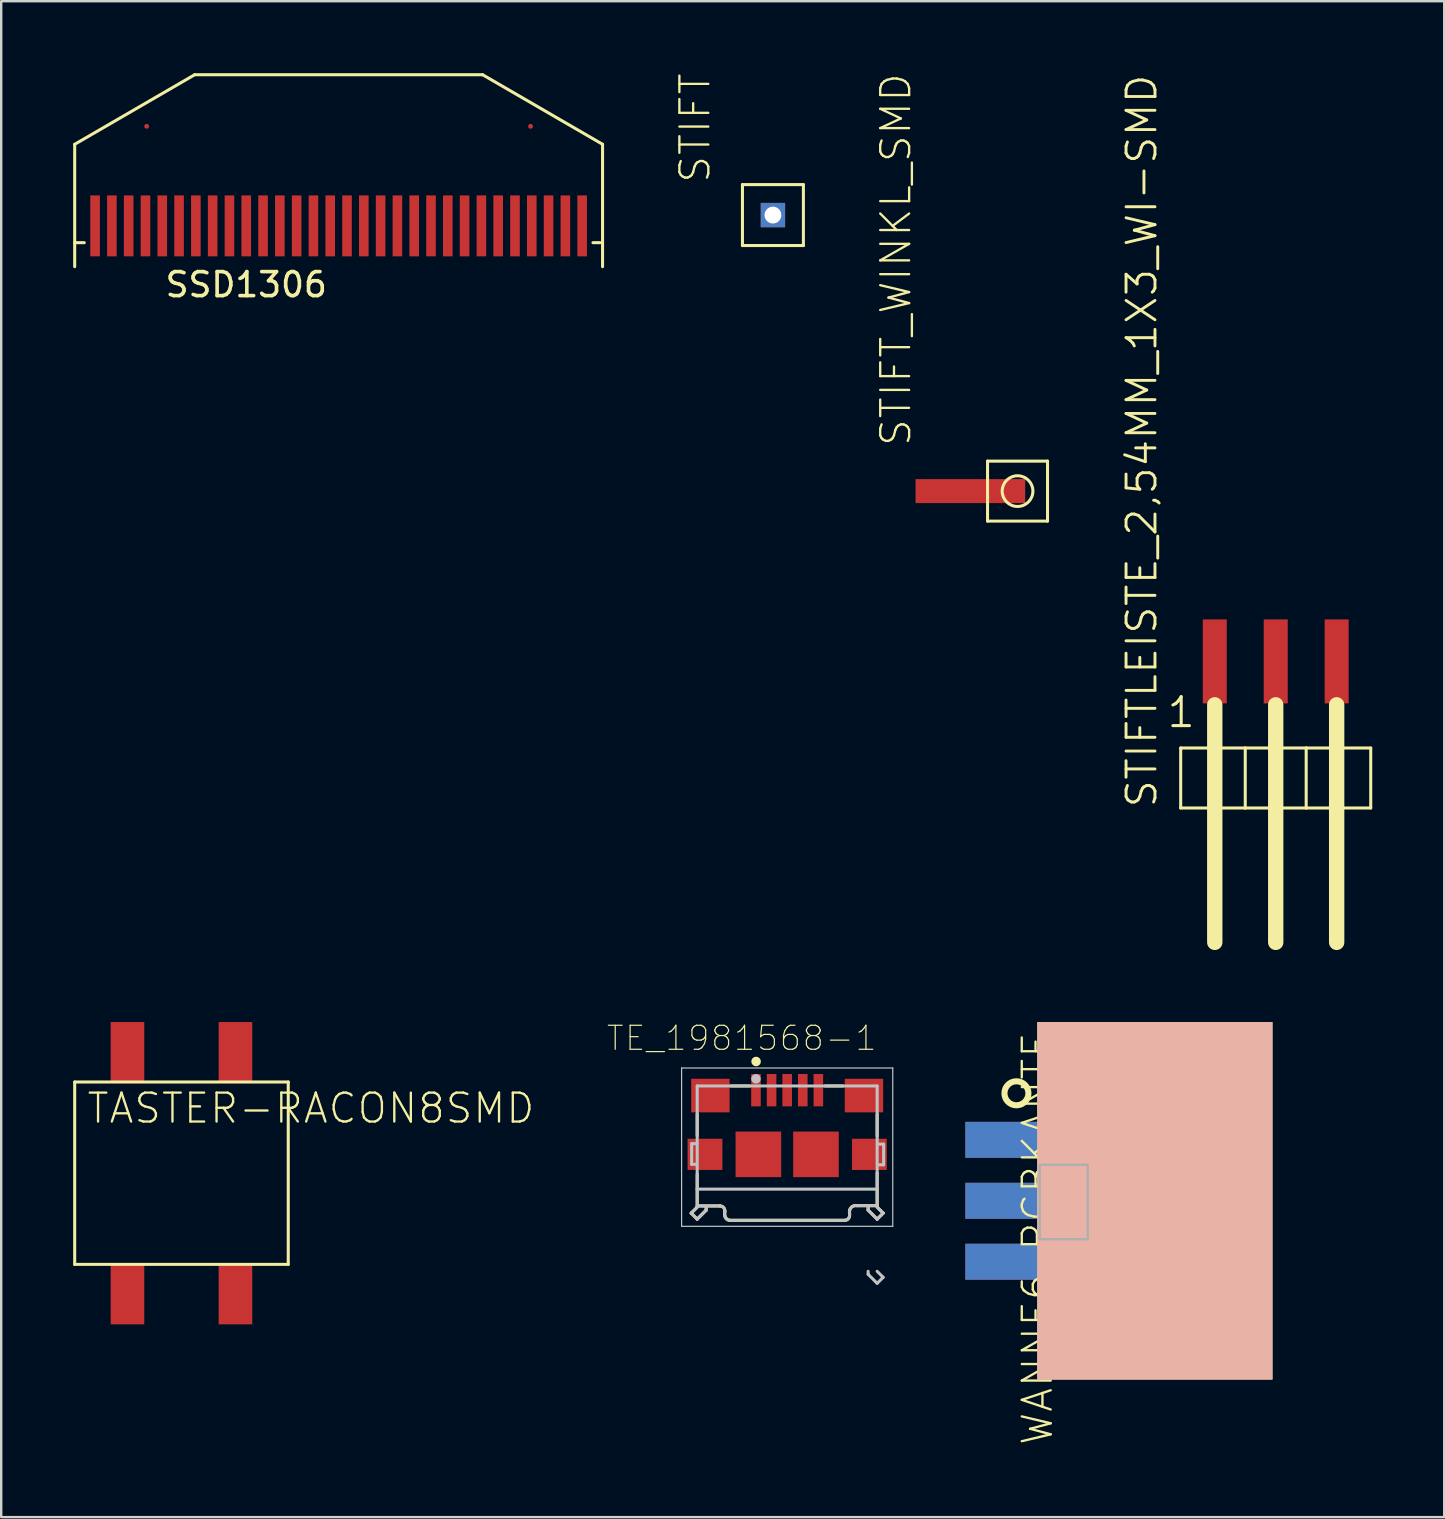
<source format=kicad_pcb>
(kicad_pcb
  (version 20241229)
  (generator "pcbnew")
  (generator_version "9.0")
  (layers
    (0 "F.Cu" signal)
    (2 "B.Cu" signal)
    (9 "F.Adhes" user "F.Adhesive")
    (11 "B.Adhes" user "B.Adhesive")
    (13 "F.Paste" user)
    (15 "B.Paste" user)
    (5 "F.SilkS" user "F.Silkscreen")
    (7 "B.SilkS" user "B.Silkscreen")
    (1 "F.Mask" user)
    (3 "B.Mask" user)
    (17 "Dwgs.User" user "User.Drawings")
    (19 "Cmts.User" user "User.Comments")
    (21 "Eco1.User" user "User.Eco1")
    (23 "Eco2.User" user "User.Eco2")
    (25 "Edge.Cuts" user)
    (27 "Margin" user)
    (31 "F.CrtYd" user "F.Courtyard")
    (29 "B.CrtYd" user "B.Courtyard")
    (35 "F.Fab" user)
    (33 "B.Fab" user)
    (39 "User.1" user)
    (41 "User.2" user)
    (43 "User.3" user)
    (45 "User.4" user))
  (footprint "STIFTLEISTE_2,54MM_1X3_WI-SMD"
    (layer "F.Cu")
    (at 50.118 26.725)
    (property "Reference" "STIFTLEISTE_2,54MM_1X3_WI-SMD" (at -4.878 3.96 90) (layer "F.SilkS") (effects (font (size 1.206 1.206) (thickness 0.121)) (justify left bottom)))
    (attr through_hole)
    (fp_line (start -3.96 1.4) (end -3.96 3.9) (stroke (width 0.127) (type solid)) (layer "F.SilkS"))
    (fp_line (start -3.96 3.9) (end -1.27 3.9) (stroke (width 0.127) (type solid)) (layer "F.SilkS"))
    (fp_line (start -2.54 -0.4) (end -2.54 9.5) (stroke (width 0.64) (type solid)) (layer "F.SilkS"))
    (fp_line (start -1.27 1.4) (end -3.96 1.4) (stroke (width 0.127) (type solid)) (layer "F.SilkS"))
    (fp_line (start -1.27 1.4) (end -1.27 3.9) (stroke (width 0.127) (type solid)) (layer "F.SilkS"))
    (fp_line (start -1.27 3.9) (end 1.27 3.9) (stroke (width 0.127) (type solid)) (layer "F.SilkS"))
    (fp_line (start 0 -0.4) (end 0 9.5) (stroke (width 0.64) (type solid)) (layer "F.SilkS"))
    (fp_line (start 1.27 1.4) (end -1.27 1.4) (stroke (width 0.127) (type solid)) (layer "F.SilkS"))
    (fp_line (start 1.27 1.4) (end 1.27 3.9) (stroke (width 0.127) (type solid)) (layer "F.SilkS"))
    (fp_line (start 1.27 3.9) (end 3.96 3.9) (stroke (width 0.127) (type solid)) (layer "F.SilkS"))
    (fp_line (start 2.54 -0.4) (end 2.54 9.5) (stroke (width 0.64) (type solid)) (layer "F.SilkS"))
    (fp_line (start 3.96 1.4) (end 1.27 1.4) (stroke (width 0.127) (type solid)) (layer "F.SilkS"))
    (fp_line (start 3.96 3.9) (end 3.96 1.4) (stroke (width 0.127) (type solid)) (layer "F.SilkS"))
    (fp_text user "1" (at -4.598 0.621 0) (layer "F.SilkS") (effects (font (size 1.206 1.206) (thickness 0.127)) (justify left bottom)))
    (pad "P$1" smd rect (at -2.54 -2.21 90) (size 3.5 1) (layers "F.Cu" "F.Mask" "F.Paste"))
    (pad "P$2" smd rect (at 0 -2.21 90) (size 3.5 1) (layers "F.Cu" "F.Mask" "F.Paste"))
    (pad "P$3" smd rect (at 2.54 -2.21 90) (size 3.5 1) (layers "F.Cu" "F.Mask" "F.Paste")))
  (footprint "STIFT_WINKL_SMD"
    (layer "F.Cu")
    (at 39.343 17.418)
    (property "Reference" "STIFT_WINKL_SMD" (at -4.35 -1.8 270) (layer "F.SilkS") (effects (font (size 1.206 1.206) (thickness 0.097)) (justify left bottom)))
    (attr through_hole)
    (fp_line (start 0.015 -1.6) (end 0.015 -1) (stroke (width 0.127) (type solid)) (layer "F.Mask"))
    (fp_line (start 0.015 1) (end 0.015 1.6) (stroke (width 0.127) (type solid)) (layer "F.Mask"))
    (fp_line (start -1.235 -1.25) (end -1.235 1.25) (stroke (width 0.127) (type solid)) (layer "F.SilkS"))
    (fp_line (start -1.235 1.25) (end 1.265 1.25) (stroke (width 0.127) (type solid)) (layer "F.SilkS"))
    (fp_line (start 1.265 -1.25) (end -1.235 -1.25) (stroke (width 0.127) (type solid)) (layer "F.SilkS"))
    (fp_line (start 1.265 1.25) (end 1.265 -1.25) (stroke (width 0.127) (type solid)) (layer "F.SilkS"))
    (fp_circle (center 0.015 0) (end 0.655 0) (stroke (width 0.127) (type solid)) (fill no) (layer "F.SilkS"))
    (pad "P$1" smd rect (at -1.95 0) (size 4.57 1) (layers "F.Cu" "F.Mask" "F.Paste")))
  (footprint "TASTER-RACON8SMD"
    (layer "F.Cu")
    (at 4.513 45.845)
    (property "Reference" "TASTER-RACON8SMD" (at -4 -2 180) (layer "F.SilkS") (effects (font (size 1.206 1.206) (thickness 0.097)) (justify left bottom)))
    (attr through_hole)
    (fp_line (start -4.45 -3.8) (end -4.45 3.8) (stroke (width 0.127) (type solid)) (layer "F.SilkS"))
    (fp_line (start -4.45 3.8) (end 4.45 3.8) (stroke (width 0.127) (type solid)) (layer "F.SilkS"))
    (fp_line (start 4.45 -3.8) (end -4.45 -3.8) (stroke (width 0.127) (type solid)) (layer "F.SilkS"))
    (fp_line (start 4.45 3.8) (end 4.45 -3.8) (stroke (width 0.127) (type solid)) (layer "F.SilkS"))
    (pad "P$1" smd rect (at -2.25 -5.05 180) (size 1.4 2.5) (layers "F.Cu" "F.Mask" "F.Paste"))
    (pad "P$2" smd rect (at 2.25 -5.05 180) (size 1.4 2.5) (layers "F.Cu" "F.Mask" "F.Paste"))
    (pad "P$3" smd rect (at -2.25 5.05 180) (size 1.4 2.5) (layers "F.Cu" "F.Mask" "F.Paste"))
    (pad "P$4" smd rect (at 2.25 5.05 180) (size 1.4 2.5) (layers "F.Cu" "F.Mask" "F.Paste")))
  (footprint "WANNE6_PCBKANTE"
    (layer "F.Cu")
    (at 40.182 46.995)
    (property "Reference" "WANNE6_PCBKANTE" (at -0.7 -7.1 270) (layer "F.SilkS") (effects (font (size 1.206 1.206) (thickness 0.097)) (justify right top)))
    (attr through_hole)
    (fp_circle (center -0.87 -4.48) (end -0.37 -4.48) (stroke (width 0.254) (type solid)) (fill no) (layer "F.SilkS"))
    (fp_poly (pts (xy 0 7.45) (xy 9.8 7.45) (xy 9.8 -7.45) (xy 0 -7.45)) (stroke (width 0) (type solid)) (fill yes) (layer "F.SilkS"))
    (fp_poly (pts (xy 0 7.45) (xy 9.8 7.45) (xy 9.8 -7.45) (xy 0 -7.45)) (stroke (width 0) (type solid)) (fill yes) (layer "B.SilkS"))
    (fp_poly (pts (xy 0.1 1.6) (xy 2.1 1.6) (xy 2.1 -1.5) (xy 0.1 -1.5)) (stroke (width 0.1) (type solid)) (fill no) (layer "F.Fab"))
    (pad "P$1" smd rect (at -1.5 -2.54 180) (size 3 1.5) (layers "F.Cu" "F.Mask" "F.Paste"))
    (pad "P$2" smd rect (at -1.5 -2.54) (size 3 1.5) (layers "B.Cu" "B.Mask" "B.Paste"))
    (pad "P$3" smd rect (at -1.5 0 180) (size 3 1.5) (layers "F.Cu" "F.Mask" "F.Paste"))
    (pad "P$4" smd rect (at -1.5 0) (size 3 1.5) (layers "B.Cu" "B.Mask" "B.Paste"))
    (pad "P$5" smd rect (at -1.5 2.54 180) (size 3 1.5) (layers "F.Cu" "F.Mask" "F.Paste"))
    (pad "P$6" smd rect (at -1.5 2.54) (size 3 1.5) (layers "B.Cu" "B.Mask" "B.Paste")))
  (footprint "TE_1981568-1"
    (layer "F.Cu")
    (at 29.757 45.06)
    (property "Reference" "TE_1981568-1" (at -1.894 -4.84 0) (layer "F.SilkS") (effects (font (size 1.002 1.002) (thickness 0.05))))
    (attr smd)
    (fp_line (start -4 2.45) (end -3.75 2.7) (stroke (width 0.127) (type solid)) (layer "F.SilkS"))
    (fp_line (start -3.75 -1.685) (end -3.75 -0.775) (stroke (width 0.127) (type solid)) (layer "F.SilkS"))
    (fp_line (start -3.75 0.825) (end -3.75 2.15) (stroke (width 0.127) (type solid)) (layer "F.SilkS"))
    (fp_line (start -3.75 2.15) (end -2.8 2.15) (stroke (width 0.127) (type solid)) (layer "F.SilkS"))
    (fp_line (start -3.75 2.2) (end -4 2.45) (stroke (width 0.127) (type solid)) (layer "F.SilkS"))
    (fp_line (start -3.75 2.7) (end -3.375 2.325) (stroke (width 0.127) (type solid)) (layer "F.SilkS"))
    (fp_line (start -3.375 2.325) (end -3.375 2.2) (stroke (width 0.127) (type solid)) (layer "F.SilkS"))
    (fp_line (start -2.6 2.35) (end -2.6 2.415) (stroke (width 0.127) (type solid)) (layer "F.SilkS"))
    (fp_line (start -2.4 2.75) (end 2.4 2.75) (stroke (width 0.127) (type solid)) (layer "F.SilkS"))
    (fp_line (start -2.34 -2.85) (end -1.56 -2.85) (stroke (width 0.127) (type solid)) (layer "F.SilkS"))
    (fp_line (start 1.58 -2.85) (end 2.32 -2.85) (stroke (width 0.127) (type solid)) (layer "F.SilkS"))
    (fp_line (start 2.6 2.54) (end 2.6 2.34) (stroke (width 0.127) (type solid)) (layer "F.SilkS"))
    (fp_line (start 2.925 2.14) (end 3.75 2.14) (stroke (width 0.127) (type solid)) (layer "F.SilkS"))
    (fp_line (start 3.375 2.325) (end 3.375 2.2) (stroke (width 0.127) (type solid)) (layer "F.SilkS"))
    (fp_line (start 3.75 -1.675) (end 3.75 -0.765) (stroke (width 0.127) (type solid)) (layer "F.SilkS"))
    (fp_line (start 3.75 2.14) (end 3.75 0.765) (stroke (width 0.127) (type solid)) (layer "F.SilkS"))
    (fp_line (start 3.75 2.2) (end 4 2.45) (stroke (width 0.127) (type solid)) (layer "F.SilkS"))
    (fp_line (start 3.75 2.7) (end 3.375 2.325) (stroke (width 0.127) (type solid)) (layer "F.SilkS"))
    (fp_line (start 4 2.45) (end 3.75 2.7) (stroke (width 0.127) (type solid)) (layer "F.SilkS"))
    (fp_arc (start -2.8 2.15) (mid -2.658579 2.208579) (end -2.6 2.35) (stroke (width 0.127) (type solid)) (layer "F.SilkS"))
    (fp_arc (start -2.4 2.75) (mid -2.569381 2.623921) (end -2.6 2.415) (stroke (width 0.127) (type solid)) (layer "F.SilkS"))
    (fp_arc (start 2.6 2.34) (mid 2.721079 2.17269) (end 2.925 2.14) (stroke (width 0.127) (type solid)) (layer "F.SilkS"))
    (fp_arc (start 2.6 2.54) (mid 2.543492 2.686421) (end 2.4 2.75) (stroke (width 0.127) (type solid)) (layer "F.SilkS"))
    (fp_circle (center -1.295 -3.87) (end -1.195 -3.87) (stroke (width 0.2) (type solid)) (fill no) (layer "F.SilkS"))
    (fp_line (start -4.4 -3.6) (end -4.4 3) (stroke (width 0.05) (type solid)) (layer "Dwgs.User"))
    (fp_line (start -4.4 3) (end 4.4 3) (stroke (width 0.05) (type solid)) (layer "Dwgs.User"))
    (fp_line (start -4 2.45) (end -3.75 2.7) (stroke (width 0.127) (type solid)) (layer "Dwgs.User"))
    (fp_line (start -3.98 -0.445) (end -3.98 0.415) (stroke (width 0.127) (type solid)) (layer "Dwgs.User"))
    (fp_line (start -3.98 0.415) (end -3.78 0.415) (stroke (width 0.127) (type solid)) (layer "Dwgs.User"))
    (fp_line (start -3.76 -0.445) (end -3.98 -0.445) (stroke (width 0.127) (type solid)) (layer "Dwgs.User"))
    (fp_line (start -3.75 -2.85) (end -3.75 1.45) (stroke (width 0.127) (type solid)) (layer "Dwgs.User"))
    (fp_line (start -3.75 1.45) (end -3.75 2.15) (stroke (width 0.127) (type solid)) (layer "Dwgs.User"))
    (fp_line (start -3.75 1.45) (end 3.75 1.45) (stroke (width 0.127) (type solid)) (layer "Dwgs.User"))
    (fp_line (start -3.75 2.15) (end -2.8 2.15) (stroke (width 0.127) (type solid)) (layer "Dwgs.User"))
    (fp_line (start -3.75 2.2) (end -4 2.45) (stroke (width 0.127) (type solid)) (layer "Dwgs.User"))
    (fp_line (start -3.75 2.7) (end -3.375 2.325) (stroke (width 0.127) (type solid)) (layer "Dwgs.User"))
    (fp_line (start -3.375 2.325) (end -3.375 2.2) (stroke (width 0.127) (type solid)) (layer "Dwgs.User"))
    (fp_line (start -2.6 2.35) (end -2.6 2.55) (stroke (width 0.127) (type solid)) (layer "Dwgs.User"))
    (fp_line (start 2.4 2.75) (end -2.4 2.75) (stroke (width 0.127) (type solid)) (layer "Dwgs.User"))
    (fp_line (start 2.6 2.465) (end 2.6 2.55) (stroke (width 0.127) (type solid)) (layer "Dwgs.User"))
    (fp_line (start 3.375 2.325) (end 3.375 2.2) (stroke (width 0.127) (type solid)) (layer "Dwgs.User"))
    (fp_line (start 3.375 5) (end 3.375 4.875) (stroke (width 0.127) (type solid)) (layer "Dwgs.User"))
    (fp_line (start 3.75 -2.85) (end -3.75 -2.85) (stroke (width 0.127) (type solid)) (layer "Dwgs.User"))
    (fp_line (start 3.75 1.45) (end 3.75 -2.85) (stroke (width 0.127) (type solid)) (layer "Dwgs.User"))
    (fp_line (start 3.75 2.14) (end 2.8 2.14) (stroke (width 0.127) (type solid)) (layer "Dwgs.User"))
    (fp_line (start 3.75 2.14) (end 3.75 1.45) (stroke (width 0.127) (type solid)) (layer "Dwgs.User"))
    (fp_line (start 3.75 2.2) (end 4 2.45) (stroke (width 0.127) (type solid)) (layer "Dwgs.User"))
    (fp_line (start 3.75 2.7) (end 3.375 2.325) (stroke (width 0.127) (type solid)) (layer "Dwgs.User"))
    (fp_line (start 3.75 4.875) (end 4 5.125) (stroke (width 0.127) (type solid)) (layer "Dwgs.User"))
    (fp_line (start 3.75 5.375) (end 3.375 5) (stroke (width 0.127) (type solid)) (layer "Dwgs.User"))
    (fp_line (start 3.76 -0.425) (end 4.02 -0.425) (stroke (width 0.127) (type solid)) (layer "Dwgs.User"))
    (fp_line (start 4 2.45) (end 3.75 2.7) (stroke (width 0.127) (type solid)) (layer "Dwgs.User"))
    (fp_line (start 4 5.125) (end 3.75 5.375) (stroke (width 0.127) (type solid)) (layer "Dwgs.User"))
    (fp_line (start 4.02 -0.425) (end 4.02 0.435) (stroke (width 0.127) (type solid)) (layer "Dwgs.User"))
    (fp_line (start 4.02 0.435) (end 3.77 0.435) (stroke (width 0.127) (type solid)) (layer "Dwgs.User"))
    (fp_line (start 4.4 -3.6) (end -4.4 -3.6) (stroke (width 0.05) (type solid)) (layer "Dwgs.User"))
    (fp_line (start 4.4 3) (end 4.4 -3.6) (stroke (width 0.05) (type solid)) (layer "Dwgs.User"))
    (fp_arc (start -2.8 2.15) (mid -2.658579 2.208579) (end -2.6 2.35) (stroke (width 0.127) (type solid)) (layer "Dwgs.User"))
    (fp_arc (start -2.4 2.75) (mid -2.541421 2.691421) (end -2.6 2.55) (stroke (width 0.127) (type solid)) (layer "Dwgs.User"))
    (fp_arc (start 2.6 2.465) (mid 2.63269 2.261079) (end 2.8 2.14) (stroke (width 0.127) (type solid)) (layer "Dwgs.User"))
    (fp_arc (start 2.6 2.55) (mid 2.541421 2.691421) (end 2.4 2.75) (stroke (width 0.127) (type solid)) (layer "Dwgs.User"))
    (fp_circle (center -1.3 -3.148) (end -1.2 -3.148) (stroke (width 0.2) (type solid)) (fill no) (layer "Dwgs.User"))
    (pad "1" smd rect (at -1.3 -2.675 90) (size 1.35 0.4) (layers "F.Cu" "F.Mask" "F.Paste"))
    (pad "2" smd rect (at -0.65 -2.675 90) (size 1.35 0.4) (layers "F.Cu" "F.Mask" "F.Paste"))
    (pad "3" smd rect (at 0 -2.675 90) (size 1.35 0.4) (layers "F.Cu" "F.Mask" "F.Paste"))
    (pad "4" smd rect (at 0.65 -2.675 90) (size 1.35 0.4) (layers "F.Cu" "F.Mask" "F.Paste"))
    (pad "5" smd rect (at 1.3 -2.675 90) (size 1.35 0.4) (layers "F.Cu" "F.Mask" "F.Paste"))
    (pad "6" smd rect (at -3.425 0 90) (size 1.3 1.45) (layers "F.Cu" "F.Mask" "F.Paste"))
    (pad "6" smd rect (at -3.2 -2.45 90) (size 1.4 1.6) (layers "F.Cu" "F.Mask" "F.Paste"))
    (pad "6" smd rect (at -1.2 0 90) (size 1.9 1.9) (layers "F.Cu" "F.Mask" "F.Paste"))
    (pad "6" smd rect (at 1.2 0 90) (size 1.9 1.9) (layers "F.Cu" "F.Mask" "F.Paste"))
    (pad "6" smd rect (at 3.2 -2.45 90) (size 1.4 1.6) (layers "F.Cu" "F.Mask" "F.Paste"))
    (pad "6" smd rect (at 3.425 0 90) (size 1.3 1.45) (layers "F.Cu" "F.Mask" "F.Paste")))
  (footprint "SSD1306"
    (layer "F.Cu")
    (at 11.063 7.064)
    (property "Reference" "SSD1306" (at -3.85 1.75 0) (layer "F.SilkS") (effects (font (size 1 1) (thickness 0.15))))
    (attr smd)
    (fp_line (start -11 -4.1) (end -6 -7) (stroke (width 0.127) (type solid)) (layer "F.SilkS"))
    (fp_line (start -11 0) (end -10.6 0) (stroke (width 0.127) (type solid)) (layer "F.SilkS"))
    (fp_line (start -11 1) (end -11 -4.1) (stroke (width 0.127) (type solid)) (layer "F.SilkS"))
    (fp_line (start -6 -7) (end 6 -7) (stroke (width 0.127) (type solid)) (layer "F.SilkS"))
    (fp_line (start 10.9 0) (end 10.6 0) (stroke (width 0.127) (type solid)) (layer "F.SilkS"))
    (fp_line (start 11 -4.1) (end 6 -7) (stroke (width 0.127) (type solid)) (layer "F.SilkS"))
    (fp_line (start 11 -4.1) (end 11 1) (stroke (width 0.127) (type solid)) (layer "F.SilkS"))
    (pad "" smd circle (at -8 -4.85) (size 0.2 0.2) (layers "F.Cu" "F.Mask"))
    (pad "" smd circle (at 8 -4.85) (size 0.2 0.2) (layers "F.Cu" "F.Mask"))
    (pad "1" smd rect (at -10.15 -0.7) (size 0.4 2.54) (layers "F.Cu" "F.Mask" "F.Paste"))
    (pad "2" smd rect (at -9.45 -0.7) (size 0.4 2.54) (layers "F.Cu" "F.Mask" "F.Paste"))
    (pad "3" smd rect (at -8.75 -0.7) (size 0.4 2.54) (layers "F.Cu" "F.Mask" "F.Paste"))
    (pad "4" smd rect (at -8.05 -0.7) (size 0.4 2.54) (layers "F.Cu" "F.Mask" "F.Paste"))
    (pad "5" smd rect (at -7.35 -0.7) (size 0.4 2.54) (layers "F.Cu" "F.Mask" "F.Paste"))
    (pad "6" smd rect (at -6.65 -0.7) (size 0.4 2.54) (layers "F.Cu" "F.Mask" "F.Paste"))
    (pad "7" smd rect (at -5.95 -0.7) (size 0.4 2.54) (layers "F.Cu" "F.Mask" "F.Paste"))
    (pad "8" smd rect (at -5.25 -0.7) (size 0.4 2.54) (layers "F.Cu" "F.Mask" "F.Paste"))
    (pad "9" smd rect (at -4.55 -0.7) (size 0.4 2.54) (layers "F.Cu" "F.Mask" "F.Paste"))
    (pad "10" smd rect (at -3.85 -0.7) (size 0.4 2.54) (layers "F.Cu" "F.Mask" "F.Paste"))
    (pad "11" smd rect (at -3.15 -0.7) (size 0.4 2.54) (layers "F.Cu" "F.Mask" "F.Paste"))
    (pad "12" smd rect (at -2.45 -0.7) (size 0.4 2.54) (layers "F.Cu" "F.Mask" "F.Paste"))
    (pad "13" smd rect (at -1.75 -0.7) (size 0.4 2.54) (layers "F.Cu" "F.Mask" "F.Paste"))
    (pad "14" smd rect (at -1.05 -0.7) (size 0.4 2.54) (layers "F.Cu" "F.Mask" "F.Paste"))
    (pad "15" smd rect (at -0.35 -0.7) (size 0.4 2.54) (layers "F.Cu" "F.Mask" "F.Paste"))
    (pad "16" smd rect (at 0.35 -0.7) (size 0.4 2.54) (layers "F.Cu" "F.Mask" "F.Paste"))
    (pad "17" smd rect (at 1.05 -0.7) (size 0.4 2.54) (layers "F.Cu" "F.Mask" "F.Paste"))
    (pad "18" smd rect (at 1.75 -0.7) (size 0.4 2.54) (layers "F.Cu" "F.Mask" "F.Paste"))
    (pad "19" smd rect (at 2.45 -0.7) (size 0.4 2.54) (layers "F.Cu" "F.Mask" "F.Paste"))
    (pad "20" smd rect (at 3.15 -0.7) (size 0.4 2.54) (layers "F.Cu" "F.Mask" "F.Paste"))
    (pad "21" smd rect (at 3.85 -0.7) (size 0.4 2.54) (layers "F.Cu" "F.Mask" "F.Paste"))
    (pad "22" smd rect (at 4.55 -0.7) (size 0.4 2.54) (layers "F.Cu" "F.Mask" "F.Paste"))
    (pad "23" smd rect (at 5.25 -0.7) (size 0.4 2.54) (layers "F.Cu" "F.Mask" "F.Paste"))
    (pad "24" smd rect (at 5.95 -0.7) (size 0.4 2.54) (layers "F.Cu" "F.Mask" "F.Paste"))
    (pad "25" smd rect (at 6.65 -0.7) (size 0.4 2.54) (layers "F.Cu" "F.Mask" "F.Paste"))
    (pad "26" smd rect (at 7.35 -0.7) (size 0.4 2.54) (layers "F.Cu" "F.Mask" "F.Paste"))
    (pad "27" smd rect (at 8.05 -0.7) (size 0.4 2.54) (layers "F.Cu" "F.Mask" "F.Paste"))
    (pad "28" smd rect (at 8.75 -0.7) (size 0.4 2.54) (layers "F.Cu" "F.Mask" "F.Paste"))
    (pad "29" smd rect (at 9.45 -0.7) (size 0.4 2.54) (layers "F.Cu" "F.Mask" "F.Paste"))
    (pad "30" smd rect (at 10.15 -0.7) (size 0.4 2.54) (layers "F.Cu" "F.Mask" "F.Paste")))
  (footprint "STIFT"
    (layer "F.Cu")
    (at 29.163 5.914)
    (property "Reference" "STIFT" (at -2.54 -1.27 90) (layer "F.SilkS") (effects (font (size 1.206 1.206) (thickness 0.097)) (justify left bottom)))
    (attr through_hole)
    (fp_line (start -1.27 -1.27) (end -1.27 1.27) (stroke (width 0.127) (type solid)) (layer "F.SilkS"))
    (fp_line (start -1.27 1.27) (end 1.27 1.27) (stroke (width 0.127) (type solid)) (layer "F.SilkS"))
    (fp_line (start 1.27 -1.27) (end -1.27 -1.27) (stroke (width 0.127) (type solid)) (layer "F.SilkS"))
    (fp_line (start 1.27 1.27) (end 1.27 -1.27) (stroke (width 0.127) (type solid)) (layer "F.SilkS"))
    (pad "1" thru_hole rect (at 0 0) (size 1.016 1.016) (drill 0.7) (layers "*.Cu" "*.Mask")))
  (gr_rect
    (start -3 -3)
    (end 57.141 60.179)
    (stroke (width 0.1) (type default))
    (fill no)
    (layer "Edge.Cuts")))
</source>
